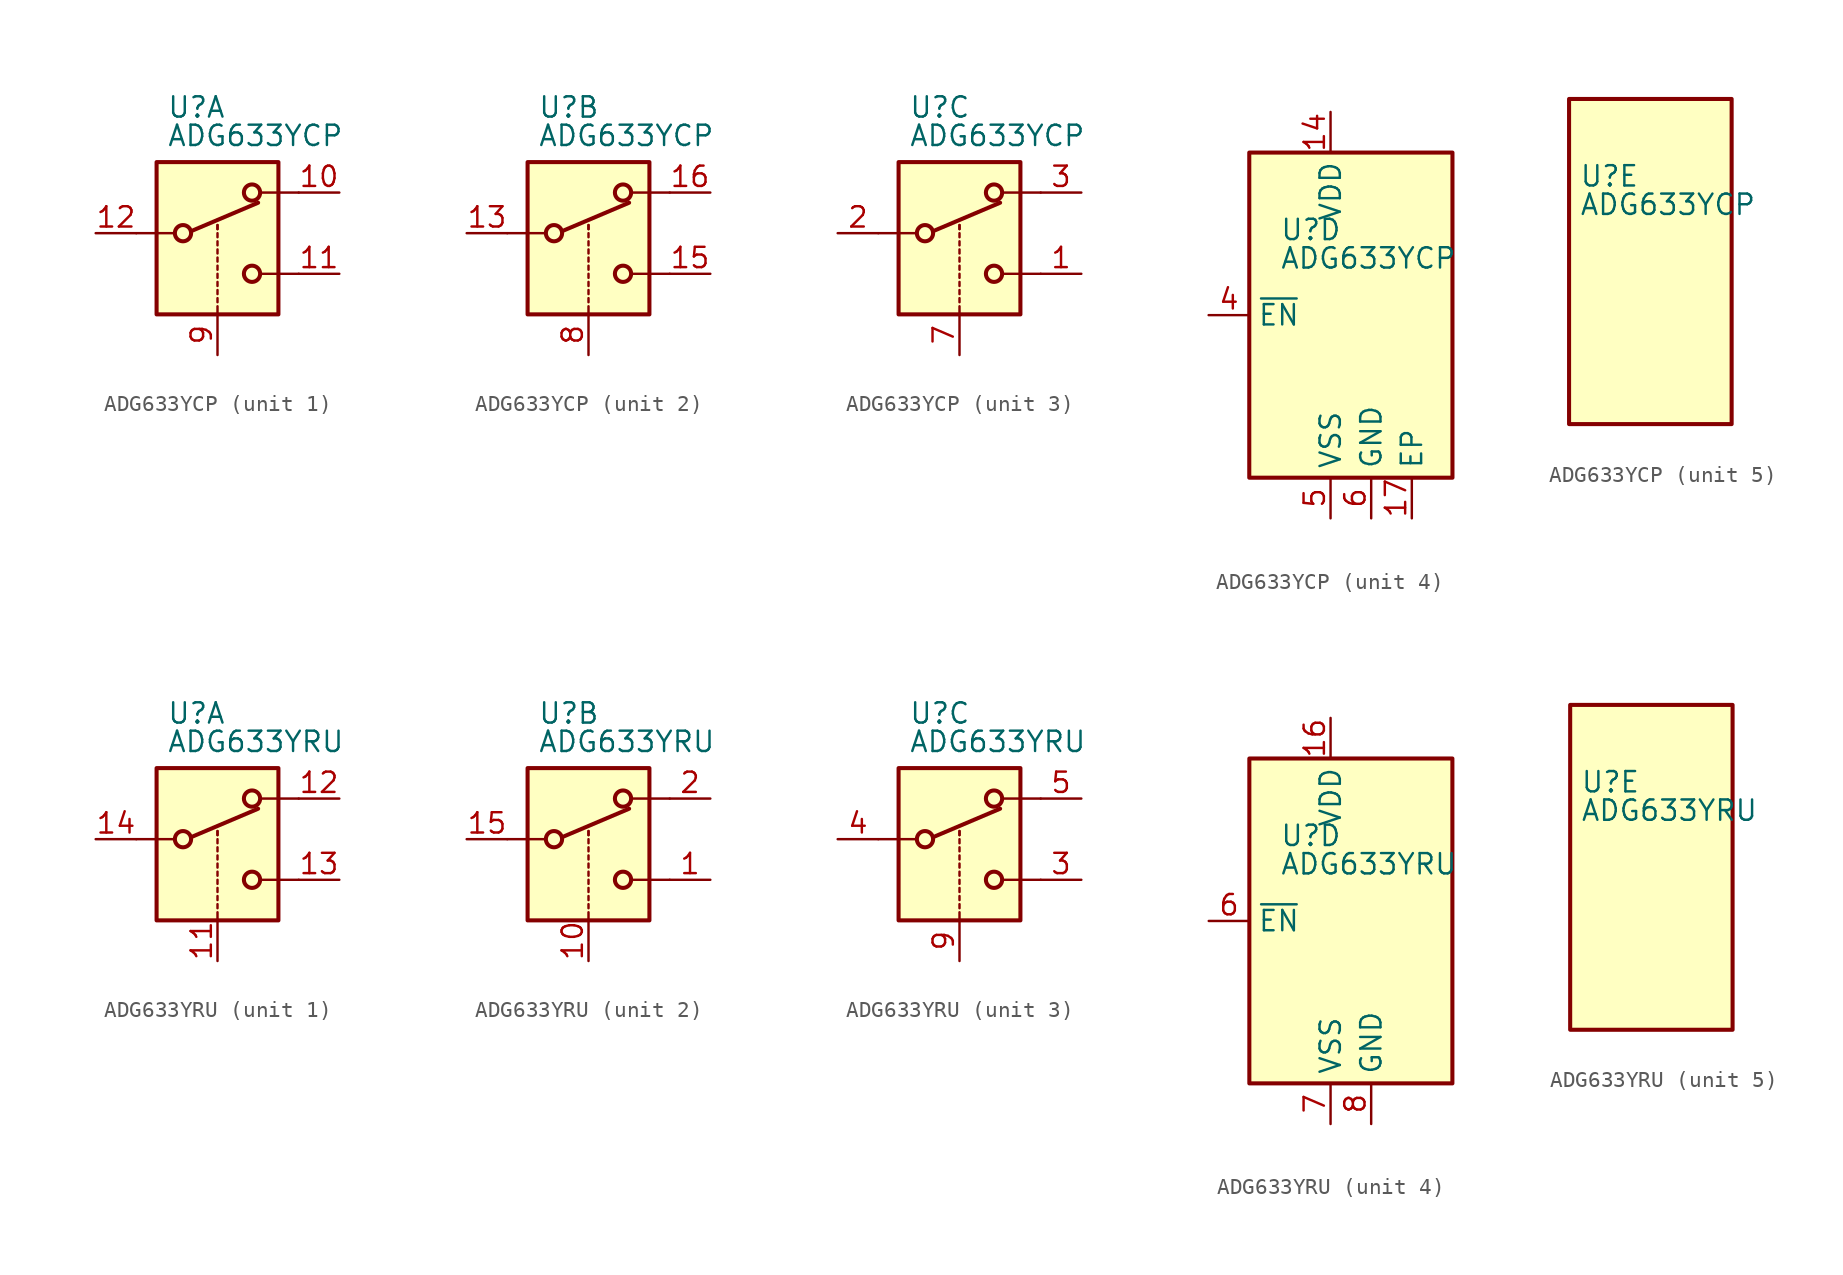
<source format=kicad_sym>
(kicad_symbol_lib
  (version 20201005)
  (generator kicad_symbol_editor)
  (symbol "ADG633YCP"
    (property "Reference" "U"
      (at -3.175 5.334 0)
      (effects (font (size 1.27 1.27)) (justify left)))
    (property "Value" "ADG633YCP"
      (at -3.175 3.556 0)
      (effects (font (size 1.27 1.27)) (justify left)))
    (symbol "ADG633YCP_1_1"
      (circle (center -2.159 -2.54) (radius 0.508) (stroke (width 0.254)) (fill (type none)))
      (circle (center 2.159 -5.08) (radius 0.508) (stroke (width 0.254)) (fill (type none)))
      (circle (center 2.159 0) (radius 0.508) (stroke (width 0.254)) (fill (type none)))
      (rectangle (start -3.81 1.905) (end 3.81 -7.62) (stroke (width 0.254)) (fill (type background)))
      (polyline (pts (xy -5.08 -2.54) (xy -2.794 -2.54)) (stroke (width 0)) (fill (type none)))
      (polyline (pts (xy -1.651 -2.413) (xy 2.54 -0.635)) (stroke (width 0.254)) (fill (type none)))
      (polyline (pts (xy 0 -7.62) (xy 0 -7.112)) (stroke (width 0)) (fill (type none)))
      (polyline (pts (xy 0 -6.858) (xy 0 -6.604)) (stroke (width 0)) (fill (type none)))
      (polyline (pts (xy 0 -6.35) (xy 0 -6.096)) (stroke (width 0)) (fill (type none)))
      (polyline (pts (xy 0 -5.842) (xy 0 -5.588)) (stroke (width 0)) (fill (type none)))
      (polyline (pts (xy 0 -5.334) (xy 0 -5.08)) (stroke (width 0)) (fill (type none)))
      (polyline (pts (xy 0 -4.826) (xy 0 -4.572)) (stroke (width 0)) (fill (type none)))
      (polyline (pts (xy 0 -4.318) (xy 0 -4.064)) (stroke (width 0)) (fill (type none)))
      (polyline (pts (xy 0 -3.81) (xy 0 -3.556)) (stroke (width 0)) (fill (type none)))
      (polyline (pts (xy 0 -3.302) (xy 0 -3.048)) (stroke (width 0)) (fill (type none)))
      (polyline (pts (xy 0 -2.794) (xy 0 -2.54)) (stroke (width 0)) (fill (type none)))
      (polyline (pts (xy 0 -2.286) (xy 0 -2.032)) (stroke (width 0)) (fill (type none)))
      (polyline (pts (xy 0 -2.286) (xy 0 -2.032)) (stroke (width 0)) (fill (type none)))
      (polyline (pts (xy 5.08 -5.08) (xy 2.794 -5.08)) (stroke (width 0)) (fill (type none)))
      (polyline (pts (xy 5.08 0) (xy 2.794 0)) (stroke (width 0)) (fill (type none)))
      (pin passive line (at 7.62 0 180) (length 2.54) (name "~" (effects (font (size 1.27 1.27)))) (number "10" (effects (font (size 1.27 1.27)))))
      (pin passive line (at 7.62 -5.08 180) (length 2.54) (name "~" (effects (font (size 1.27 1.27)))) (number "11" (effects (font (size 1.27 1.27)))))
      (pin passive line (at -7.62 -2.54 0) (length 2.54) (name "~" (effects (font (size 1.27 1.27)))) (number "12" (effects (font (size 1.27 1.27)))))
      (pin input line (at 0 -10.16 90) (length 2.54) (name "~" (effects (font (size 1.27 1.27)))) (number "9" (effects (font (size 1.27 1.27))))))
    (symbol "ADG633YCP_2_1"
      (circle (center -2.159 -2.54) (radius 0.508) (stroke (width 0.254)) (fill (type none)))
      (circle (center 2.159 -5.08) (radius 0.508) (stroke (width 0.254)) (fill (type none)))
      (circle (center 2.159 0) (radius 0.508) (stroke (width 0.254)) (fill (type none)))
      (rectangle (start -3.81 1.905) (end 3.81 -7.62) (stroke (width 0.254)) (fill (type background)))
      (polyline (pts (xy -5.08 -2.54) (xy -2.794 -2.54)) (stroke (width 0)) (fill (type none)))
      (polyline (pts (xy -1.651 -2.413) (xy 2.54 -0.635)) (stroke (width 0.254)) (fill (type none)))
      (polyline (pts (xy 0 -7.62) (xy 0 -7.112)) (stroke (width 0)) (fill (type none)))
      (polyline (pts (xy 0 -6.858) (xy 0 -6.604)) (stroke (width 0)) (fill (type none)))
      (polyline (pts (xy 0 -6.35) (xy 0 -6.096)) (stroke (width 0)) (fill (type none)))
      (polyline (pts (xy 0 -5.842) (xy 0 -5.588)) (stroke (width 0)) (fill (type none)))
      (polyline (pts (xy 0 -5.334) (xy 0 -5.08)) (stroke (width 0)) (fill (type none)))
      (polyline (pts (xy 0 -4.826) (xy 0 -4.572)) (stroke (width 0)) (fill (type none)))
      (polyline (pts (xy 0 -4.318) (xy 0 -4.064)) (stroke (width 0)) (fill (type none)))
      (polyline (pts (xy 0 -3.81) (xy 0 -3.556)) (stroke (width 0)) (fill (type none)))
      (polyline (pts (xy 0 -3.302) (xy 0 -3.048)) (stroke (width 0)) (fill (type none)))
      (polyline (pts (xy 0 -2.794) (xy 0 -2.54)) (stroke (width 0)) (fill (type none)))
      (polyline (pts (xy 0 -2.286) (xy 0 -2.032)) (stroke (width 0)) (fill (type none)))
      (polyline (pts (xy 0 -2.286) (xy 0 -2.032)) (stroke (width 0)) (fill (type none)))
      (polyline (pts (xy 5.08 -5.08) (xy 2.794 -5.08)) (stroke (width 0)) (fill (type none)))
      (polyline (pts (xy 5.08 0) (xy 2.794 0)) (stroke (width 0)) (fill (type none)))
      (pin passive line (at -7.62 -2.54 0) (length 2.54) (name "~" (effects (font (size 1.27 1.27)))) (number "13" (effects (font (size 1.27 1.27)))))
      (pin passive line (at 7.62 -5.08 180) (length 2.54) (name "~" (effects (font (size 1.27 1.27)))) (number "15" (effects (font (size 1.27 1.27)))))
      (pin passive line (at 7.62 0 180) (length 2.54) (name "~" (effects (font (size 1.27 1.27)))) (number "16" (effects (font (size 1.27 1.27)))))
      (pin input line (at 0 -10.16 90) (length 2.54) (name "~" (effects (font (size 1.27 1.27)))) (number "8" (effects (font (size 1.27 1.27))))))
    (symbol "ADG633YCP_3_1"
      (circle (center -2.159 -2.54) (radius 0.508) (stroke (width 0.254)) (fill (type none)))
      (circle (center 2.159 -5.08) (radius 0.508) (stroke (width 0.254)) (fill (type none)))
      (circle (center 2.159 0) (radius 0.508) (stroke (width 0.254)) (fill (type none)))
      (rectangle (start -3.81 1.905) (end 3.81 -7.62) (stroke (width 0.254)) (fill (type background)))
      (polyline (pts (xy -5.08 -2.54) (xy -2.794 -2.54)) (stroke (width 0)) (fill (type none)))
      (polyline (pts (xy -1.651 -2.413) (xy 2.54 -0.635)) (stroke (width 0.254)) (fill (type none)))
      (polyline (pts (xy 0 -7.62) (xy 0 -7.112)) (stroke (width 0)) (fill (type none)))
      (polyline (pts (xy 0 -6.858) (xy 0 -6.604)) (stroke (width 0)) (fill (type none)))
      (polyline (pts (xy 0 -6.35) (xy 0 -6.096)) (stroke (width 0)) (fill (type none)))
      (polyline (pts (xy 0 -5.842) (xy 0 -5.588)) (stroke (width 0)) (fill (type none)))
      (polyline (pts (xy 0 -5.334) (xy 0 -5.08)) (stroke (width 0)) (fill (type none)))
      (polyline (pts (xy 0 -4.826) (xy 0 -4.572)) (stroke (width 0)) (fill (type none)))
      (polyline (pts (xy 0 -4.318) (xy 0 -4.064)) (stroke (width 0)) (fill (type none)))
      (polyline (pts (xy 0 -3.81) (xy 0 -3.556)) (stroke (width 0)) (fill (type none)))
      (polyline (pts (xy 0 -3.302) (xy 0 -3.048)) (stroke (width 0)) (fill (type none)))
      (polyline (pts (xy 0 -2.794) (xy 0 -2.54)) (stroke (width 0)) (fill (type none)))
      (polyline (pts (xy 0 -2.286) (xy 0 -2.032)) (stroke (width 0)) (fill (type none)))
      (polyline (pts (xy 0 -2.286) (xy 0 -2.032)) (stroke (width 0)) (fill (type none)))
      (polyline (pts (xy 5.08 -5.08) (xy 2.794 -5.08)) (stroke (width 0)) (fill (type none)))
      (polyline (pts (xy 5.08 0) (xy 2.794 0)) (stroke (width 0)) (fill (type none)))
      (pin passive line (at 7.62 -5.08 180) (length 2.54) (name "~" (effects (font (size 1.27 1.27)))) (number "1" (effects (font (size 1.27 1.27)))))
      (pin passive line (at -7.62 -2.54 0) (length 2.54) (name "~" (effects (font (size 1.27 1.27)))) (number "2" (effects (font (size 1.27 1.27)))))
      (pin passive line (at 7.62 0 180) (length 2.54) (name "~" (effects (font (size 1.27 1.27)))) (number "3" (effects (font (size 1.27 1.27)))))
      (pin input line (at 0 -10.16 90) (length 2.54) (name "~" (effects (font (size 1.27 1.27)))) (number "7" (effects (font (size 1.27 1.27))))))
    (symbol "ADG633YCP_4_0"
      (pin power_in line (at 0 12.7 270) (length 2.54) (name "VDD" (effects (font (size 1.27 1.27)))) (number "14" (effects (font (size 1.27 1.27)))))
      (pin power_in line (at 5.08 -12.7 90) (length 2.54) (name "EP" (effects (font (size 1.27 1.27)))) (number "17" (effects (font (size 1.27 1.27)))))
      (pin input line (at -7.62 0 0) (length 2.54) (name "~EN" (effects (font (size 1.27 1.27)))) (number "4" (effects (font (size 1.27 1.27)))))
      (pin power_in line (at 0 -12.7 90) (length 2.54) (name "VSS" (effects (font (size 1.27 1.27)))) (number "5" (effects (font (size 1.27 1.27)))))
      (pin power_in line (at 2.54 -12.7 90) (length 2.54) (name "GND" (effects (font (size 1.27 1.27)))) (number "6" (effects (font (size 1.27 1.27))))))
    (symbol "ADG633YCP_4_1"
      (rectangle (start -5.08 10.16) (end 7.62 -10.16) (stroke (width 0.254)) (fill (type background))))
    (symbol "ADG633YCP_5_1"
      (rectangle (start -3.81 10.16) (end 6.35 -10.16) (stroke (width 0.254)) (fill (type background)))))
  (symbol "ADG633YRU"
    (property "Reference" "U"
      (at -3.175 5.334 0)
      (effects (font (size 1.27 1.27)) (justify left)))
    (property "Value" "ADG633YRU"
      (at -3.175 3.556 0)
      (effects (font (size 1.27 1.27)) (justify left)))
    (symbol "ADG633YRU_1_1"
      (circle (center -2.159 -2.54) (radius 0.508) (stroke (width 0.254)) (fill (type none)))
      (circle (center 2.159 -5.08) (radius 0.508) (stroke (width 0.254)) (fill (type none)))
      (circle (center 2.159 0) (radius 0.508) (stroke (width 0.254)) (fill (type none)))
      (rectangle (start -3.81 1.905) (end 3.81 -7.62) (stroke (width 0.254)) (fill (type background)))
      (polyline (pts (xy -5.08 -2.54) (xy -2.794 -2.54)) (stroke (width 0)) (fill (type none)))
      (polyline (pts (xy -1.651 -2.413) (xy 2.54 -0.635)) (stroke (width 0.254)) (fill (type none)))
      (polyline (pts (xy 0 -7.62) (xy 0 -7.112)) (stroke (width 0)) (fill (type none)))
      (polyline (pts (xy 0 -6.858) (xy 0 -6.604)) (stroke (width 0)) (fill (type none)))
      (polyline (pts (xy 0 -6.35) (xy 0 -6.096)) (stroke (width 0)) (fill (type none)))
      (polyline (pts (xy 0 -5.842) (xy 0 -5.588)) (stroke (width 0)) (fill (type none)))
      (polyline (pts (xy 0 -5.334) (xy 0 -5.08)) (stroke (width 0)) (fill (type none)))
      (polyline (pts (xy 0 -4.826) (xy 0 -4.572)) (stroke (width 0)) (fill (type none)))
      (polyline (pts (xy 0 -4.318) (xy 0 -4.064)) (stroke (width 0)) (fill (type none)))
      (polyline (pts (xy 0 -3.81) (xy 0 -3.556)) (stroke (width 0)) (fill (type none)))
      (polyline (pts (xy 0 -3.302) (xy 0 -3.048)) (stroke (width 0)) (fill (type none)))
      (polyline (pts (xy 0 -2.794) (xy 0 -2.54)) (stroke (width 0)) (fill (type none)))
      (polyline (pts (xy 0 -2.286) (xy 0 -2.032)) (stroke (width 0)) (fill (type none)))
      (polyline (pts (xy 0 -2.286) (xy 0 -2.032)) (stroke (width 0)) (fill (type none)))
      (polyline (pts (xy 5.08 -5.08) (xy 2.794 -5.08)) (stroke (width 0)) (fill (type none)))
      (polyline (pts (xy 5.08 0) (xy 2.794 0)) (stroke (width 0)) (fill (type none)))
      (pin input line (at 0 -10.16 90) (length 2.54) (name "~" (effects (font (size 1.27 1.27)))) (number "11" (effects (font (size 1.27 1.27)))))
      (pin passive line (at 7.62 0 180) (length 2.54) (name "~" (effects (font (size 1.27 1.27)))) (number "12" (effects (font (size 1.27 1.27)))))
      (pin passive line (at 7.62 -5.08 180) (length 2.54) (name "~" (effects (font (size 1.27 1.27)))) (number "13" (effects (font (size 1.27 1.27)))))
      (pin passive line (at -7.62 -2.54 0) (length 2.54) (name "~" (effects (font (size 1.27 1.27)))) (number "14" (effects (font (size 1.27 1.27))))))
    (symbol "ADG633YRU_2_1"
      (circle (center -2.159 -2.54) (radius 0.508) (stroke (width 0.254)) (fill (type none)))
      (circle (center 2.159 -5.08) (radius 0.508) (stroke (width 0.254)) (fill (type none)))
      (circle (center 2.159 0) (radius 0.508) (stroke (width 0.254)) (fill (type none)))
      (rectangle (start -3.81 1.905) (end 3.81 -7.62) (stroke (width 0.254)) (fill (type background)))
      (polyline (pts (xy -5.08 -2.54) (xy -2.794 -2.54)) (stroke (width 0)) (fill (type none)))
      (polyline (pts (xy -1.651 -2.413) (xy 2.54 -0.635)) (stroke (width 0.254)) (fill (type none)))
      (polyline (pts (xy 0 -7.62) (xy 0 -7.112)) (stroke (width 0)) (fill (type none)))
      (polyline (pts (xy 0 -6.858) (xy 0 -6.604)) (stroke (width 0)) (fill (type none)))
      (polyline (pts (xy 0 -6.35) (xy 0 -6.096)) (stroke (width 0)) (fill (type none)))
      (polyline (pts (xy 0 -5.842) (xy 0 -5.588)) (stroke (width 0)) (fill (type none)))
      (polyline (pts (xy 0 -5.334) (xy 0 -5.08)) (stroke (width 0)) (fill (type none)))
      (polyline (pts (xy 0 -4.826) (xy 0 -4.572)) (stroke (width 0)) (fill (type none)))
      (polyline (pts (xy 0 -4.318) (xy 0 -4.064)) (stroke (width 0)) (fill (type none)))
      (polyline (pts (xy 0 -3.81) (xy 0 -3.556)) (stroke (width 0)) (fill (type none)))
      (polyline (pts (xy 0 -3.302) (xy 0 -3.048)) (stroke (width 0)) (fill (type none)))
      (polyline (pts (xy 0 -2.794) (xy 0 -2.54)) (stroke (width 0)) (fill (type none)))
      (polyline (pts (xy 0 -2.286) (xy 0 -2.032)) (stroke (width 0)) (fill (type none)))
      (polyline (pts (xy 0 -2.286) (xy 0 -2.032)) (stroke (width 0)) (fill (type none)))
      (polyline (pts (xy 5.08 -5.08) (xy 2.794 -5.08)) (stroke (width 0)) (fill (type none)))
      (polyline (pts (xy 5.08 0) (xy 2.794 0)) (stroke (width 0)) (fill (type none)))
      (pin passive line (at 7.62 -5.08 180) (length 2.54) (name "~" (effects (font (size 1.27 1.27)))) (number "1" (effects (font (size 1.27 1.27)))))
      (pin input line (at 0 -10.16 90) (length 2.54) (name "~" (effects (font (size 1.27 1.27)))) (number "10" (effects (font (size 1.27 1.27)))))
      (pin passive line (at -7.62 -2.54 0) (length 2.54) (name "~" (effects (font (size 1.27 1.27)))) (number "15" (effects (font (size 1.27 1.27)))))
      (pin passive line (at 7.62 0 180) (length 2.54) (name "~" (effects (font (size 1.27 1.27)))) (number "2" (effects (font (size 1.27 1.27))))))
    (symbol "ADG633YRU_3_1"
      (circle (center -2.159 -2.54) (radius 0.508) (stroke (width 0.254)) (fill (type none)))
      (circle (center 2.159 -5.08) (radius 0.508) (stroke (width 0.254)) (fill (type none)))
      (circle (center 2.159 0) (radius 0.508) (stroke (width 0.254)) (fill (type none)))
      (rectangle (start -3.81 1.905) (end 3.81 -7.62) (stroke (width 0.254)) (fill (type background)))
      (polyline (pts (xy -5.08 -2.54) (xy -2.794 -2.54)) (stroke (width 0)) (fill (type none)))
      (polyline (pts (xy -1.651 -2.413) (xy 2.54 -0.635)) (stroke (width 0.254)) (fill (type none)))
      (polyline (pts (xy 0 -7.62) (xy 0 -7.112)) (stroke (width 0)) (fill (type none)))
      (polyline (pts (xy 0 -6.858) (xy 0 -6.604)) (stroke (width 0)) (fill (type none)))
      (polyline (pts (xy 0 -6.35) (xy 0 -6.096)) (stroke (width 0)) (fill (type none)))
      (polyline (pts (xy 0 -5.842) (xy 0 -5.588)) (stroke (width 0)) (fill (type none)))
      (polyline (pts (xy 0 -5.334) (xy 0 -5.08)) (stroke (width 0)) (fill (type none)))
      (polyline (pts (xy 0 -4.826) (xy 0 -4.572)) (stroke (width 0)) (fill (type none)))
      (polyline (pts (xy 0 -4.318) (xy 0 -4.064)) (stroke (width 0)) (fill (type none)))
      (polyline (pts (xy 0 -3.81) (xy 0 -3.556)) (stroke (width 0)) (fill (type none)))
      (polyline (pts (xy 0 -3.302) (xy 0 -3.048)) (stroke (width 0)) (fill (type none)))
      (polyline (pts (xy 0 -2.794) (xy 0 -2.54)) (stroke (width 0)) (fill (type none)))
      (polyline (pts (xy 0 -2.286) (xy 0 -2.032)) (stroke (width 0)) (fill (type none)))
      (polyline (pts (xy 0 -2.286) (xy 0 -2.032)) (stroke (width 0)) (fill (type none)))
      (polyline (pts (xy 5.08 -5.08) (xy 2.794 -5.08)) (stroke (width 0)) (fill (type none)))
      (polyline (pts (xy 5.08 0) (xy 2.794 0)) (stroke (width 0)) (fill (type none)))
      (pin passive line (at 7.62 -5.08 180) (length 2.54) (name "~" (effects (font (size 1.27 1.27)))) (number "3" (effects (font (size 1.27 1.27)))))
      (pin passive line (at -7.62 -2.54 0) (length 2.54) (name "~" (effects (font (size 1.27 1.27)))) (number "4" (effects (font (size 1.27 1.27)))))
      (pin passive line (at 7.62 0 180) (length 2.54) (name "~" (effects (font (size 1.27 1.27)))) (number "5" (effects (font (size 1.27 1.27)))))
      (pin input line (at 0 -10.16 90) (length 2.54) (name "~" (effects (font (size 1.27 1.27)))) (number "9" (effects (font (size 1.27 1.27))))))
    (symbol "ADG633YRU_4_0"
      (pin power_in line (at 0 12.7 270) (length 2.54) (name "VDD" (effects (font (size 1.27 1.27)))) (number "16" (effects (font (size 1.27 1.27)))))
      (pin input line (at -7.62 0 0) (length 2.54) (name "~EN" (effects (font (size 1.27 1.27)))) (number "6" (effects (font (size 1.27 1.27)))))
      (pin power_in line (at 0 -12.7 90) (length 2.54) (name "VSS" (effects (font (size 1.27 1.27)))) (number "7" (effects (font (size 1.27 1.27)))))
      (pin power_in line (at 2.54 -12.7 90) (length 2.54) (name "GND" (effects (font (size 1.27 1.27)))) (number "8" (effects (font (size 1.27 1.27))))))
    (symbol "ADG633YRU_4_1"
      (rectangle (start -5.08 10.16) (end 7.62 -10.16) (stroke (width 0.254)) (fill (type background))))
    (symbol "ADG633YRU_5_1"
      (rectangle (start -3.81 10.16) (end 6.35 -10.16) (stroke (width 0.254)) (fill (type background))))))
</source>
